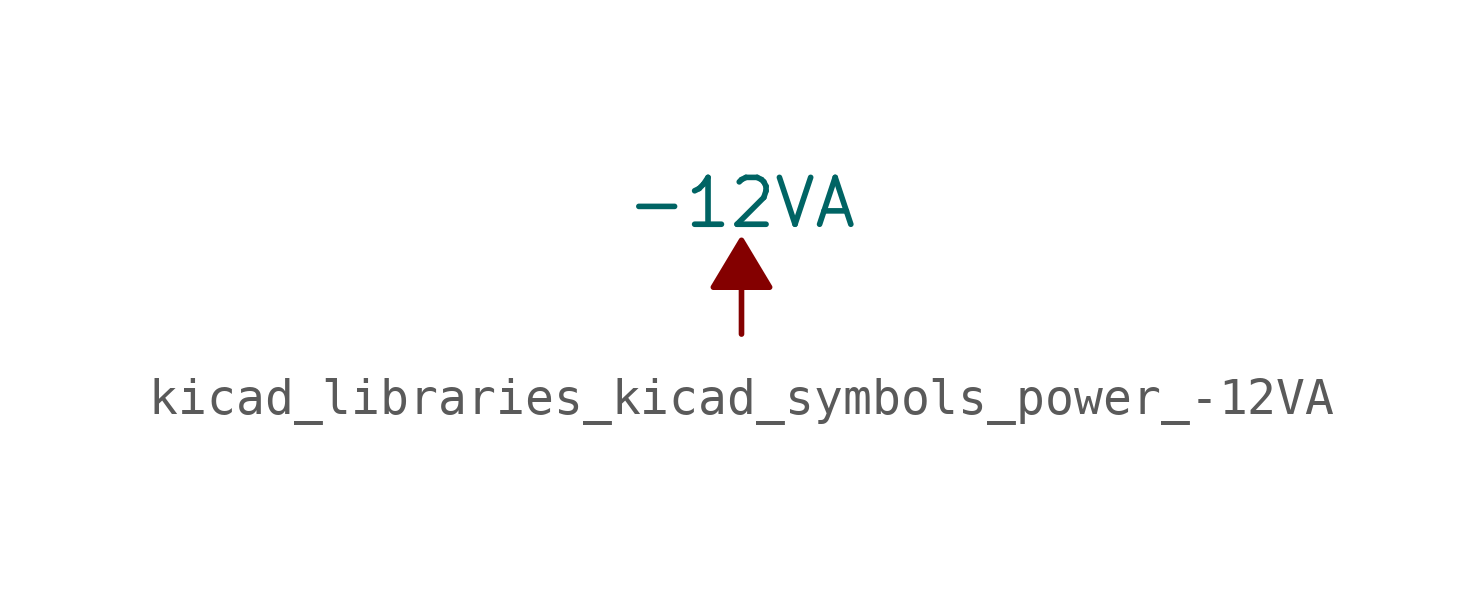
<source format=kicad_sym>
(kicad_symbol_lib
  (version 20220914)
  (generator kicad_symbol_editor)
  (symbol "kicad_libraries_kicad_symbols_power_-12VA"
    (power)
    (pin_names
      (offset 0))
    (property "Reference" "#PWR"
      (at 0 -3.81 0)
      (effects (font (size 1.27 1.27)) hide))
    (property "Value" "-12VA"
      (at 0 3.556 0)
      (effects (font (size 1.27 1.27))))
    (symbol "kicad_libraries_kicad_symbols_power_-12VA_0_0"
      (pin power_in line (at 0 0 90) (length 0) hide (name "-12VA" (effects (font (size 1.27 1.27)))) (number "1" (effects (font (size 1.27 1.27))))))
    (symbol "kicad_libraries_kicad_symbols_power_-12VA_0_1"
      (polyline (pts (xy 0 0) (xy 0 1.27) (xy 0.762 1.27) (xy 0 2.54) (xy -0.762 1.27) (xy 0 1.27)) (stroke (width 0) (type default)) (fill (type outline))))))
</source>
